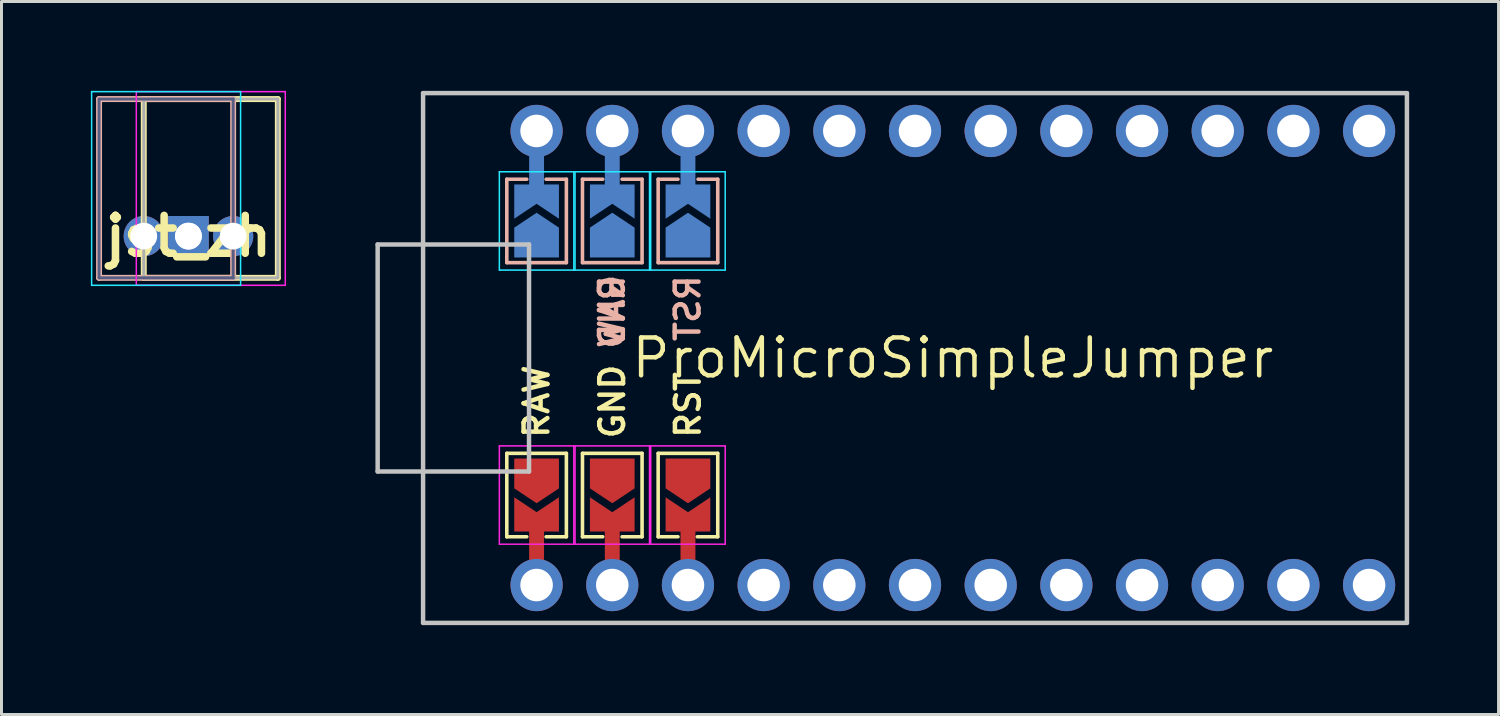
<source format=kicad_pcb>
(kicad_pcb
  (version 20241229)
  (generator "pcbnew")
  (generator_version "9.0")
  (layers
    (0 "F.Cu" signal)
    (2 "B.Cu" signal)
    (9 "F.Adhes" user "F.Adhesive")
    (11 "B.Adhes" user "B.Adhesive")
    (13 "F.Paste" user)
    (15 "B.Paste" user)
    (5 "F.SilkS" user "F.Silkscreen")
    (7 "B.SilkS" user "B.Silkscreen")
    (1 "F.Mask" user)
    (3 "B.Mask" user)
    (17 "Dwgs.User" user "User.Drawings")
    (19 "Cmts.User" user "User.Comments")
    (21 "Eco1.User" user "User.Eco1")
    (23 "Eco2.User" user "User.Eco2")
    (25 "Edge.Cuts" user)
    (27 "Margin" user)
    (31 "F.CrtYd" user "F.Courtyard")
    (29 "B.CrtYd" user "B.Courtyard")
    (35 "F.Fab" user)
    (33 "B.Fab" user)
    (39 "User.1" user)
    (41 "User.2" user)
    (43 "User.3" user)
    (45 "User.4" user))
  (footprint "jst_zh"
    (layer "F.Cu")
    (at 3.275 4.875)
    (property "Reference" "jst_zh" (at 0 0 0) (layer "F.SilkS") (effects (font (size 1.27 1.27) (thickness 0.254))))
    (attr through_hole)
    (fp_line (start -1.5 -4.6) (end 3 -4.6) (stroke (width 0.2) (type solid)) (layer "F.SilkS"))
    (fp_line (start -1.5 1.4) (end -1.5 -4.6) (stroke (width 0.2) (type solid)) (layer "F.SilkS"))
    (fp_line (start -1.5 1.4) (end 3 1.4) (stroke (width 0.2) (type solid)) (layer "F.SilkS"))
    (fp_line (start 3 -4.6) (end 3 1.4) (stroke (width 0.2) (type solid)) (layer "F.SilkS"))
    (fp_line (start -3 -4.6) (end -3 1.4) (stroke (width 0.2) (type solid)) (layer "B.SilkS"))
    (fp_line (start 1.5 -4.6) (end -3 -4.6) (stroke (width 0.2) (type solid)) (layer "B.SilkS"))
    (fp_line (start 1.5 1.4) (end -3 1.4) (stroke (width 0.2) (type solid)) (layer "B.SilkS"))
    (fp_line (start 1.5 1.4) (end 1.5 -4.6) (stroke (width 0.2) (type solid)) (layer "B.SilkS"))
    (fp_line (start -3.25 -4.85) (end 1.75 -4.85) (stroke (width 0.05) (type solid)) (layer "B.CrtYd"))
    (fp_line (start -3.25 1.65) (end -3.25 -4.85) (stroke (width 0.05) (type solid)) (layer "B.CrtYd"))
    (fp_line (start 1.75 -4.85) (end 1.75 1.65) (stroke (width 0.05) (type solid)) (layer "B.CrtYd"))
    (fp_line (start 1.75 1.65) (end -3.25 1.65) (stroke (width 0.05) (type solid)) (layer "B.CrtYd"))
    (fp_line (start -1.75 -4.85) (end -1.75 1.65) (stroke (width 0.05) (type solid)) (layer "F.CrtYd"))
    (fp_line (start -1.75 1.65) (end 3.25 1.65) (stroke (width 0.05) (type solid)) (layer "F.CrtYd"))
    (fp_line (start 3.25 -4.85) (end -1.75 -4.85) (stroke (width 0.05) (type solid)) (layer "F.CrtYd"))
    (fp_line (start 3.25 1.65) (end 3.25 -4.85) (stroke (width 0.05) (type solid)) (layer "F.CrtYd"))
    (fp_line (start -3 -4.6) (end -3 1.4) (stroke (width 0.1) (type solid)) (layer "B.Fab"))
    (fp_line (start -3 1.4) (end 1.5 1.4) (stroke (width 0.1) (type solid)) (layer "B.Fab"))
    (fp_line (start 1.5 -4.6) (end -3 -4.6) (stroke (width 0.1) (type solid)) (layer "B.Fab"))
    (fp_line (start 1.5 1.4) (end 1.5 -4.6) (stroke (width 0.1) (type solid)) (layer "B.Fab"))
    (fp_line (start -1.5 -4.6) (end 3 -4.6) (stroke (width 0.1) (type solid)) (layer "F.Fab"))
    (fp_line (start -1.5 1.4) (end -1.5 -4.6) (stroke (width 0.1) (type solid)) (layer "F.Fab"))
    (fp_line (start 3 -4.6) (end 3 1.4) (stroke (width 0.1) (type solid)) (layer "F.Fab"))
    (fp_line (start 3 1.4) (end -1.5 1.4) (stroke (width 0.1) (type solid)) (layer "F.Fab"))
    (pad "1" thru_hole rect (at 0 0) (size 1.35 1.35) (drill 0.9) (layers "*.Cu" "*.Mask"))
    (pad "1" thru_hole rect (at 0 0) (size 1.35 1.35) (drill 0.9) (layers "*.Cu" "*.Mask"))
    (pad "2" thru_hole circle (at -1.5 0) (size 1.35 1.35) (drill 0.9) (layers "*.Cu" "*.Mask"))
    (pad "2" thru_hole circle (at 1.5 0) (size 1.35 1.35) (drill 0.9) (layers "*.Cu" "*.Mask")))
  (footprint "ProMicroSimpleJumper"
    (layer "F.Cu")
    (at 28.929 8.965)
    (property "Reference" "ProMicroSimpleJumper" (at 0 0 0) (layer "F.SilkS") (effects (font (size 1.27 1.27) (thickness 0.15))))
    (attr through_hole)
    (fp_line (start -14.97 3.2) (end -12.97 3.2) (stroke (width 0.12) (type solid)) (layer "F.SilkS"))
    (fp_line (start -14.97 6) (end -14.97 3.2) (stroke (width 0.12) (type solid)) (layer "F.SilkS"))
    (fp_line (start -14.3 6) (end -14.97 6) (stroke (width 0.12) (type solid)) (layer "F.SilkS"))
    (fp_line (start -12.97 3.2) (end -12.97 6) (stroke (width 0.12) (type solid)) (layer "F.SilkS"))
    (fp_line (start -12.97 6) (end -13.65 6) (stroke (width 0.12) (type solid)) (layer "F.SilkS"))
    (fp_line (start -12.43 3.2) (end -10.43 3.2) (stroke (width 0.12) (type solid)) (layer "F.SilkS"))
    (fp_line (start -12.43 6) (end -12.43 3.2) (stroke (width 0.12) (type solid)) (layer "F.SilkS"))
    (fp_line (start -11.75 6) (end -12.43 6) (stroke (width 0.12) (type solid)) (layer "F.SilkS"))
    (fp_line (start -10.43 3.2) (end -10.43 6) (stroke (width 0.12) (type solid)) (layer "F.SilkS"))
    (fp_line (start -10.43 6) (end -11.1 6) (stroke (width 0.12) (type solid)) (layer "F.SilkS"))
    (fp_line (start -9.89 3.2) (end -7.89 3.2) (stroke (width 0.12) (type solid)) (layer "F.SilkS"))
    (fp_line (start -9.89 6) (end -9.89 3.2) (stroke (width 0.12) (type solid)) (layer "F.SilkS"))
    (fp_line (start -9.225 6) (end -9.89 6) (stroke (width 0.12) (type solid)) (layer "F.SilkS"))
    (fp_line (start -7.89 3.2) (end -7.89 6) (stroke (width 0.12) (type solid)) (layer "F.SilkS"))
    (fp_line (start -7.89 6) (end -8.575 6) (stroke (width 0.12) (type solid)) (layer "F.SilkS"))
    (fp_line (start -14.97 -6) (end -14.97 -3.2) (stroke (width 0.12) (type solid)) (layer "B.SilkS"))
    (fp_line (start -14.97 -3.2) (end -12.97 -3.2) (stroke (width 0.12) (type solid)) (layer "B.SilkS"))
    (fp_line (start -14.3 -6) (end -14.97 -6) (stroke (width 0.12) (type solid)) (layer "B.SilkS"))
    (fp_line (start -12.97 -6) (end -13.65 -6) (stroke (width 0.12) (type solid)) (layer "B.SilkS"))
    (fp_line (start -12.97 -3.2) (end -12.97 -6) (stroke (width 0.12) (type solid)) (layer "B.SilkS"))
    (fp_line (start -12.43 -6) (end -12.43 -3.2) (stroke (width 0.12) (type solid)) (layer "B.SilkS"))
    (fp_line (start -12.43 -3.2) (end -10.43 -3.2) (stroke (width 0.12) (type solid)) (layer "B.SilkS"))
    (fp_line (start -11.75 -6) (end -12.43 -6) (stroke (width 0.12) (type solid)) (layer "B.SilkS"))
    (fp_line (start -10.43 -6) (end -11.1 -6) (stroke (width 0.12) (type solid)) (layer "B.SilkS"))
    (fp_line (start -10.43 -3.2) (end -10.43 -6) (stroke (width 0.12) (type solid)) (layer "B.SilkS"))
    (fp_line (start -9.89 -6) (end -9.89 -3.2) (stroke (width 0.12) (type solid)) (layer "B.SilkS"))
    (fp_line (start -9.89 -3.2) (end -7.89 -3.2) (stroke (width 0.12) (type solid)) (layer "B.SilkS"))
    (fp_line (start -9.225 -6) (end -9.89 -6) (stroke (width 0.12) (type solid)) (layer "B.SilkS"))
    (fp_line (start -7.89 -6) (end -8.55 -6) (stroke (width 0.12) (type solid)) (layer "B.SilkS"))
    (fp_line (start -7.89 -3.2) (end -7.89 -6) (stroke (width 0.12) (type solid)) (layer "B.SilkS"))
    (fp_line (start -19.304 -3.81) (end -14.224 -3.81) (stroke (width 0.15) (type solid)) (layer "Dwgs.User"))
    (fp_line (start -19.304 3.81) (end -19.304 -3.81) (stroke (width 0.15) (type solid)) (layer "Dwgs.User"))
    (fp_line (start -17.78 -8.89) (end -17.78 8.89) (stroke (width 0.15) (type solid)) (layer "Dwgs.User"))
    (fp_line (start -17.78 8.89) (end 15.24 8.89) (stroke (width 0.15) (type solid)) (layer "Dwgs.User"))
    (fp_line (start -14.224 -3.81) (end -14.224 3.81) (stroke (width 0.15) (type solid)) (layer "Dwgs.User"))
    (fp_line (start -14.224 3.81) (end -19.304 3.81) (stroke (width 0.15) (type solid)) (layer "Dwgs.User"))
    (fp_line (start 15.24 -8.89) (end -17.78 -8.89) (stroke (width 0.15) (type solid)) (layer "Dwgs.User"))
    (fp_line (start 15.24 8.89) (end 15.24 -8.89) (stroke (width 0.15) (type solid)) (layer "Dwgs.User"))
    (fp_line (start -15.22 -6.25) (end -15.22 -2.95) (stroke (width 0.05) (type solid)) (layer "B.CrtYd"))
    (fp_line (start -15.22 -6.25) (end -12.72 -6.25) (stroke (width 0.05) (type solid)) (layer "B.CrtYd"))
    (fp_line (start -12.72 -2.95) (end -15.22 -2.95) (stroke (width 0.05) (type solid)) (layer "B.CrtYd"))
    (fp_line (start -12.72 -2.95) (end -12.72 -6.25) (stroke (width 0.05) (type solid)) (layer "B.CrtYd"))
    (fp_line (start -12.68 -6.25) (end -12.68 -2.95) (stroke (width 0.05) (type solid)) (layer "B.CrtYd"))
    (fp_line (start -12.68 -6.25) (end -10.18 -6.25) (stroke (width 0.05) (type solid)) (layer "B.CrtYd"))
    (fp_line (start -10.18 -2.95) (end -12.68 -2.95) (stroke (width 0.05) (type solid)) (layer "B.CrtYd"))
    (fp_line (start -10.18 -2.95) (end -10.18 -6.25) (stroke (width 0.05) (type solid)) (layer "B.CrtYd"))
    (fp_line (start -10.14 -6.25) (end -10.14 -2.95) (stroke (width 0.05) (type solid)) (layer "B.CrtYd"))
    (fp_line (start -10.14 -6.25) (end -7.64 -6.25) (stroke (width 0.05) (type solid)) (layer "B.CrtYd"))
    (fp_line (start -7.64 -2.95) (end -10.14 -2.95) (stroke (width 0.05) (type solid)) (layer "B.CrtYd"))
    (fp_line (start -7.64 -2.95) (end -7.64 -6.25) (stroke (width 0.05) (type solid)) (layer "B.CrtYd"))
    (fp_line (start -15.22 6.25) (end -15.22 2.95) (stroke (width 0.05) (type solid)) (layer "F.CrtYd"))
    (fp_line (start -15.22 6.25) (end -12.72 6.25) (stroke (width 0.05) (type solid)) (layer "F.CrtYd"))
    (fp_line (start -12.72 2.95) (end -15.22 2.95) (stroke (width 0.05) (type solid)) (layer "F.CrtYd"))
    (fp_line (start -12.72 2.95) (end -12.72 6.25) (stroke (width 0.05) (type solid)) (layer "F.CrtYd"))
    (fp_line (start -12.68 6.25) (end -12.68 2.95) (stroke (width 0.05) (type solid)) (layer "F.CrtYd"))
    (fp_line (start -12.68 6.25) (end -10.18 6.25) (stroke (width 0.05) (type solid)) (layer "F.CrtYd"))
    (fp_line (start -10.18 2.95) (end -12.68 2.95) (stroke (width 0.05) (type solid)) (layer "F.CrtYd"))
    (fp_line (start -10.18 2.95) (end -10.18 6.25) (stroke (width 0.05) (type solid)) (layer "F.CrtYd"))
    (fp_line (start -10.14 6.25) (end -10.14 2.95) (stroke (width 0.05) (type solid)) (layer "F.CrtYd"))
    (fp_line (start -10.14 6.25) (end -7.64 6.25) (stroke (width 0.05) (type solid)) (layer "F.CrtYd"))
    (fp_line (start -7.64 2.95) (end -10.14 2.95) (stroke (width 0.05) (type solid)) (layer "F.CrtYd"))
    (fp_line (start -7.64 2.95) (end -7.64 6.25) (stroke (width 0.05) (type solid)) (layer "F.CrtYd"))
    (fp_text user "RAW" (at -13.97 1.461 90) (unlocked yes) (layer "F.SilkS") (effects (font (size 0.8 0.8) (thickness 0.15))))
    (fp_text user "GND" (at -11.43 1.461 90) (unlocked yes) (layer "F.SilkS") (effects (font (size 0.8 0.8) (thickness 0.15))))
    (fp_text user "RST" (at -8.89 1.575 90) (unlocked yes) (layer "F.SilkS") (effects (font (size 0.8 0.8) (thickness 0.15))))
    (fp_text user "RAW" (at -11.438 -1.553 90) (unlocked yes) (layer "B.SilkS") (effects (font (size 0.8 0.8) (thickness 0.15)) (justify mirror)))
    (fp_text user "RST" (at -8.898 -1.668 90) (unlocked yes) (layer "B.SilkS") (effects (font (size 0.8 0.8) (thickness 0.15)) (justify mirror)))
    (fp_text user "GND" (at -11.438 -1.553 90) (unlocked yes) (layer "B.SilkS") (effects (font (size 0.8 0.8) (thickness 0.15)) (justify mirror)))
    (pad "" thru_hole circle (at -13.97 -7.62) (size 1.753 1.753) (drill 1.092) (layers "*.Cu" "*.Mask"))
    (pad "" smd rect (at -13.97 -6.275) (size 0.5 1.524) (layers "B.Cu" "B.Mask"))
    (pad "" smd custom (at -13.97 -5.325 270) (size 0.3 0.3) (layers "B.Cu" "B.Mask") (options (anchor rect)) (primitives (gr_poly (pts (xy 0.15 0) (xy 0.65 0.75) (xy -0.5 0.75) (xy -0.5 -0.75) (xy 0.65 -0.75)) (width 0) (fill yes))))
    (pad "" smd custom (at -13.97 5.325 270) (size 0.3 0.3) (layers "F.Cu" "F.Mask") (options (anchor rect)) (primitives (gr_poly (pts (xy 0.5 0.75) (xy -0.65 0.75) (xy -0.15 0) (xy -0.65 -0.75) (xy 0.5 -0.75)) (width 0) (fill yes))))
    (pad "" smd rect (at -13.97 6.25) (size 0.5 1.524) (layers "F.Cu" "F.Mask"))
    (pad "" thru_hole circle (at -13.97 7.62) (size 1.753 1.753) (drill 1.092) (layers "*.Cu" "*.Mask"))
    (pad "" thru_hole circle (at -11.43 -7.62 90) (size 1.753 1.753) (drill 1.092) (layers "*.Cu" "*.Mask"))
    (pad "" smd rect (at -11.43 -6.275) (size 0.5 1.524) (layers "B.Cu" "B.Mask"))
    (pad "" smd custom (at -11.43 -5.325 270) (size 0.3 0.3) (layers "B.Cu" "B.Mask") (options (anchor rect)) (primitives (gr_poly (pts (xy 0.15 0) (xy 0.65 0.75) (xy -0.5 0.75) (xy -0.5 -0.75) (xy 0.65 -0.75)) (width 0) (fill yes))))
    (pad "" smd custom (at -11.43 5.325 270) (size 0.3 0.3) (layers "F.Cu" "F.Mask") (options (anchor rect)) (primitives (gr_poly (pts (xy 0.5 0.75) (xy -0.65 0.75) (xy -0.15 0) (xy -0.65 -0.75) (xy 0.5 -0.75)) (width 0) (fill yes))))
    (pad "" smd rect (at -11.43 6.25) (size 0.5 1.524) (layers "F.Cu" "F.Mask"))
    (pad "" thru_hole circle (at -11.43 7.62) (size 1.753 1.753) (drill 1.092) (layers "*.Cu" "*.Mask"))
    (pad "" thru_hole circle (at -8.89 -7.62) (size 1.753 1.753) (drill 1.092) (layers "*.Cu" "*.Mask"))
    (pad "" smd rect (at -8.89 -6.275) (size 0.5 1.524) (layers "B.Cu" "B.Mask"))
    (pad "" smd custom (at -8.89 -5.325 270) (size 0.3 0.3) (layers "B.Cu" "B.Mask") (options (anchor rect)) (primitives (gr_poly (pts (xy 0.15 0) (xy 0.65 0.75) (xy -0.5 0.75) (xy -0.5 -0.75) (xy 0.65 -0.75)) (width 0) (fill yes))))
    (pad "" smd custom (at -8.89 5.325 270) (size 0.3 0.3) (layers "F.Cu" "F.Mask") (options (anchor rect)) (primitives (gr_poly (pts (xy 0.5 0.75) (xy -0.65 0.75) (xy -0.15 0) (xy -0.65 -0.75) (xy 0.5 -0.75)) (width 0) (fill yes))))
    (pad "" smd rect (at -8.89 6.25) (size 0.5 1.524) (layers "F.Cu" "F.Mask"))
    (pad "" thru_hole circle (at -8.89 7.62) (size 1.753 1.753) (drill 1.092) (layers "*.Cu" "*.Mask"))
    (pad "" thru_hole circle (at -6.35 -7.62) (size 1.753 1.753) (drill 1.092) (layers "*.Cu" "*.Mask"))
    (pad "" thru_hole circle (at -6.35 7.62) (size 1.753 1.753) (drill 1.092) (layers "*.Cu" "*.Mask"))
    (pad "1" smd custom (at -13.97 -3.875 270) (size 0.3 0.3) (layers "B.Cu" "B.Mask") (options (anchor rect)) (primitives (gr_poly (pts (xy 0.5 0.75) (xy -0.5 0.75) (xy -1 0) (xy -0.5 -0.75) (xy 0.5 -0.75)) (width 0) (fill yes))))
    (pad "1" smd custom (at -13.97 3.875 270) (size 0.3 0.3) (layers "F.Cu" "F.Mask") (options (anchor rect)) (primitives (gr_poly (pts (xy 1 0) (xy 0.5 0.75) (xy -0.5 0.75) (xy -0.5 -0.75) (xy 0.5 -0.75)) (width 0) (fill yes))))
    (pad "2" smd custom (at -11.43 -3.875 270) (size 0.3 0.3) (layers "B.Cu" "B.Mask") (options (anchor rect)) (primitives (gr_poly (pts (xy 0.5 0.75) (xy -0.5 0.75) (xy -1 0) (xy -0.5 -0.75) (xy 0.5 -0.75)) (width 0) (fill yes))))
    (pad "2" smd custom (at -11.43 3.875 270) (size 0.3 0.3) (layers "F.Cu" "F.Mask") (options (anchor rect)) (primitives (gr_poly (pts (xy 1 0) (xy 0.5 0.75) (xy -0.5 0.75) (xy -0.5 -0.75) (xy 0.5 -0.75)) (width 0) (fill yes))))
    (pad "3" smd custom (at -8.89 -3.875 270) (size 0.3 0.3) (layers "B.Cu" "B.Mask") (options (anchor rect)) (primitives (gr_poly (pts (xy 0.5 0.75) (xy -0.5 0.75) (xy -1 0) (xy -0.5 -0.75) (xy 0.5 -0.75)) (width 0) (fill yes))))
    (pad "3" smd custom (at -8.89 3.875 270) (size 0.3 0.3) (layers "F.Cu" "F.Mask") (options (anchor rect)) (primitives (gr_poly (pts (xy 1 0) (xy 0.5 0.75) (xy -0.5 0.75) (xy -0.5 -0.75) (xy 0.5 -0.75)) (width 0) (fill yes))))
    (pad "5" thru_hole circle (at -3.81 7.62) (size 1.753 1.753) (drill 1.092) (layers "*.Cu" "*.Mask"))
    (pad "6" thru_hole circle (at -1.27 7.62) (size 1.753 1.753) (drill 1.092) (layers "*.Cu" "*.Mask"))
    (pad "7" thru_hole circle (at 1.27 7.62) (size 1.753 1.753) (drill 1.092) (layers "*.Cu" "*.Mask"))
    (pad "8" thru_hole circle (at 3.81 7.62) (size 1.753 1.753) (drill 1.092) (layers "*.Cu" "*.Mask"))
    (pad "9" thru_hole circle (at 6.35 7.62) (size 1.753 1.753) (drill 1.092) (layers "*.Cu" "*.Mask"))
    (pad "10" thru_hole circle (at 8.89 7.62) (size 1.753 1.753) (drill 1.092) (layers "*.Cu" "*.Mask"))
    (pad "11" thru_hole circle (at 11.43 7.62) (size 1.753 1.753) (drill 1.092) (layers "*.Cu" "*.Mask"))
    (pad "12" thru_hole circle (at 13.97 7.62) (size 1.753 1.753) (drill 1.092) (layers "*.Cu" "*.Mask"))
    (pad "17" thru_hole circle (at -3.81 -7.62) (size 1.753 1.753) (drill 1.092) (layers "*.Cu" "*.Mask"))
    (pad "18" thru_hole circle (at -1.27 -7.62) (size 1.753 1.753) (drill 1.092) (layers "*.Cu" "*.Mask"))
    (pad "19" thru_hole circle (at 1.27 -7.62) (size 1.753 1.753) (drill 1.092) (layers "*.Cu" "*.Mask"))
    (pad "20" thru_hole circle (at 3.81 -7.62) (size 1.753 1.753) (drill 1.092) (layers "*.Cu" "*.Mask"))
    (pad "21" thru_hole circle (at 6.35 -7.62) (size 1.753 1.753) (drill 1.092) (layers "*.Cu" "*.Mask"))
    (pad "22" thru_hole circle (at 8.89 -7.62) (size 1.753 1.753) (drill 1.092) (layers "*.Cu" "*.Mask"))
    (pad "23" thru_hole circle (at 11.43 -7.62) (size 1.753 1.753) (drill 1.092) (layers "*.Cu" "*.Mask"))
    (pad "24" thru_hole circle (at 13.97 -7.62) (size 1.753 1.753) (drill 1.092) (layers "*.Cu" "*.Mask")))
  (gr_rect
    (start -3 -3)
    (end 47.244 20.93)
    (stroke (width 0.1) (type default))
    (fill no)
    (layer "Edge.Cuts")))
</source>
